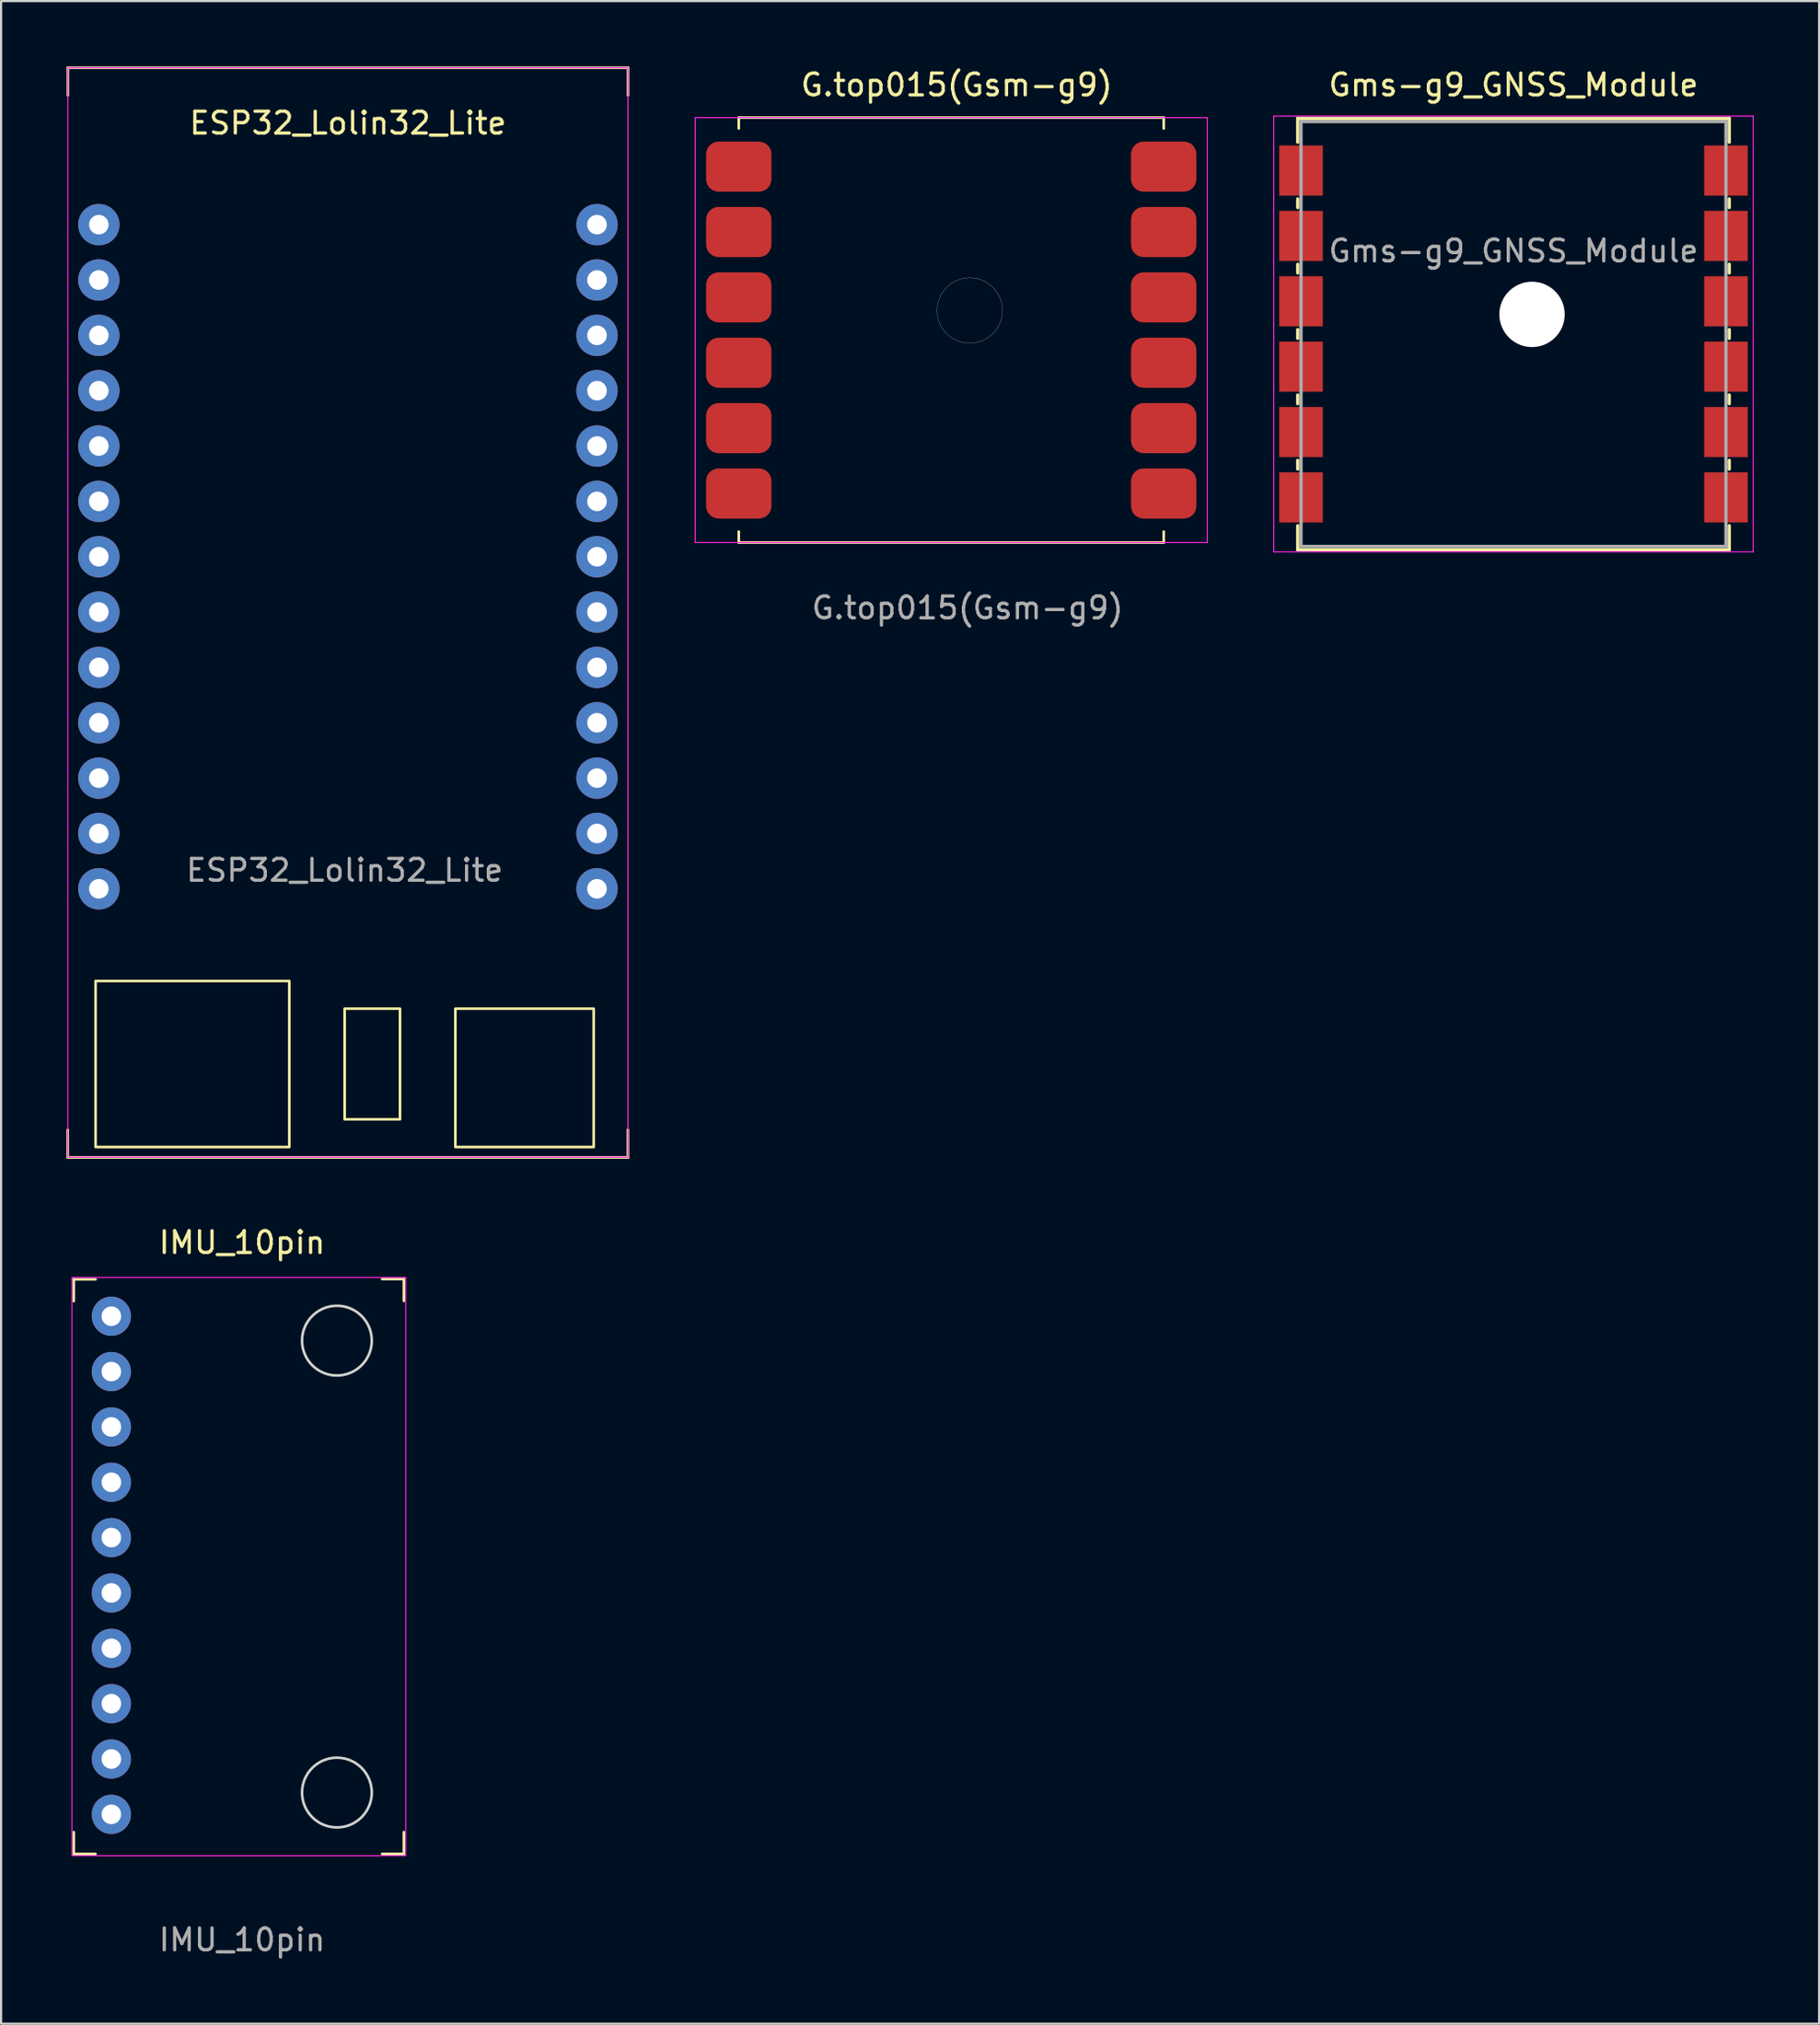
<source format=kicad_pcb>
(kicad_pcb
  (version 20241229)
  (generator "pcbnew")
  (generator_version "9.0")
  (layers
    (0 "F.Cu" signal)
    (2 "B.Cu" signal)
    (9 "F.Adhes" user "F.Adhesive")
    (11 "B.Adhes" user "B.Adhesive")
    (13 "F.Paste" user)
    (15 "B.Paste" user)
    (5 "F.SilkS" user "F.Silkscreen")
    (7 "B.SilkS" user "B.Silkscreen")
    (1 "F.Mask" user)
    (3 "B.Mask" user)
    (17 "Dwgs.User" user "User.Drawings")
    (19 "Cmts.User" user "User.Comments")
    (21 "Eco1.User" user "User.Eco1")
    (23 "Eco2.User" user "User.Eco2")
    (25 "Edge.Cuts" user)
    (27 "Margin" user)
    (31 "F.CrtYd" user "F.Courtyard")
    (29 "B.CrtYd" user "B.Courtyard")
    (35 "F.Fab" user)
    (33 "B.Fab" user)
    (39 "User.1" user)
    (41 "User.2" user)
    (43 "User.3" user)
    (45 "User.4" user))
  (footprint "G.top015(Gsm-g9)"
    (layer "F.Cu")
    (at 40.85 11.348)
    (property "Reference" "G.top015(Gsm-g9)" (at 0 -10.5 0) (unlocked yes) (layer "F.SilkS") (effects (font (size 1 1) (thickness 0.15))))
    (attr smd)
    (fp_line (start -10 -9) (end -10 -8.5) (stroke (width 0.12) (type solid)) (layer "F.SilkS"))
    (fp_line (start -10 -9) (end 9.5 -9) (stroke (width 0.12) (type solid)) (layer "F.SilkS"))
    (fp_line (start -10 10.5) (end -10 10) (stroke (width 0.12) (type solid)) (layer "F.SilkS"))
    (fp_line (start 9.5 -9) (end 9.5 -8.5) (stroke (width 0.12) (type solid)) (layer "F.SilkS"))
    (fp_line (start 9.5 10.5) (end -10 10.5) (stroke (width 0.12) (type solid)) (layer "F.SilkS"))
    (fp_line (start 9.5 10.5) (end 9.5 10) (stroke (width 0.12) (type solid)) (layer "F.SilkS"))
    (fp_circle (center 0.6 -0.15) (end 2.1 -0.15) (stroke (width 0.01) (type solid)) (fill no) (layer "Edge.Cuts"))
    (fp_rect (start -12 -9) (end 11.5 10.5) (stroke (width 0.05) (type solid)) (fill no) (layer "F.CrtYd"))
    (fp_text user "${REFERENCE}" (at 0.5 13.5 0) (unlocked yes) (layer "F.Fab") (effects (font (size 1 1) (thickness 0.15))))
    (pad "1" smd roundrect (at -10 -6.75) (size 3 2.3) (layers "F.Cu" "F.Mask" "F.Paste") (roundrect_rratio 0.25))
    (pad "2" smd roundrect (at -10 -3.75) (size 3 2.3) (layers "F.Cu" "F.Mask" "F.Paste") (roundrect_rratio 0.25))
    (pad "3" smd roundrect (at -10 -0.75) (size 3 2.3) (layers "F.Cu" "F.Mask" "F.Paste") (roundrect_rratio 0.25))
    (pad "4" smd roundrect (at -10 2.25) (size 3 2.3) (layers "F.Cu" "F.Mask" "F.Paste") (roundrect_rratio 0.25))
    (pad "5" smd roundrect (at -10 5.25) (size 3 2.3) (layers "F.Cu" "F.Mask" "F.Paste") (roundrect_rratio 0.25))
    (pad "6" smd roundrect (at -10 8.25) (size 3 2.3) (layers "F.Cu" "F.Mask" "F.Paste") (roundrect_rratio 0.25))
    (pad "7" smd roundrect (at 9.5 8.25) (size 3 2.3) (layers "F.Cu" "F.Mask" "F.Paste") (roundrect_rratio 0.25))
    (pad "8" smd roundrect (at 9.5 5.25) (size 3 2.3) (layers "F.Cu" "F.Mask" "F.Paste") (roundrect_rratio 0.25))
    (pad "9" smd roundrect (at 9.5 2.25) (size 3 2.3) (layers "F.Cu" "F.Mask" "F.Paste") (roundrect_rratio 0.25))
    (pad "10" smd roundrect (at 9.5 -0.75) (size 3 2.3) (layers "F.Cu" "F.Mask" "F.Paste") (roundrect_rratio 0.25))
    (pad "11" smd roundrect (at 9.5 -3.75) (size 3 2.3) (layers "F.Cu" "F.Mask" "F.Paste") (roundrect_rratio 0.25))
    (pad "12" smd roundrect (at 9.5 -6.75) (size 3 2.3) (layers "F.Cu" "F.Mask" "F.Paste") (roundrect_rratio 0.25)))
  (footprint "Gms-g9_GNSS_Module"
    (layer "F.Cu")
    (at 66.4 12.278)
    (property "Reference" "Gms-g9_GNSS_Module" (at 0 -11.43 0) (layer "F.SilkS") (effects (font (size 1 1) (thickness 0.15))))
    (attr smd)
    (fp_line (start -9.9 -9.9) (end -9.9 -8.8) (stroke (width 0.15) (type solid)) (layer "F.SilkS"))
    (fp_line (start -9.9 -5.8) (end -9.9 -6.2) (stroke (width 0.15) (type solid)) (layer "F.SilkS"))
    (fp_line (start -9.9 -2.8) (end -9.9 -3.2) (stroke (width 0.15) (type solid)) (layer "F.SilkS"))
    (fp_line (start -9.9 0.2) (end -9.9 -0.2) (stroke (width 0.15) (type solid)) (layer "F.SilkS"))
    (fp_line (start -9.9 2.8) (end -9.9 3.2) (stroke (width 0.15) (type solid)) (layer "F.SilkS"))
    (fp_line (start -9.9 5.8) (end -9.9 6.2) (stroke (width 0.15) (type solid)) (layer "F.SilkS"))
    (fp_line (start -9.9 8.8) (end -9.9 9.9) (stroke (width 0.15) (type solid)) (layer "F.SilkS"))
    (fp_line (start -9.9 9.9) (end 9.9 9.9) (stroke (width 0.15) (type solid)) (layer "F.SilkS"))
    (fp_line (start 9.9 -9.9) (end -9.9 -9.9) (stroke (width 0.15) (type solid)) (layer "F.SilkS"))
    (fp_line (start 9.9 -8.8) (end 9.9 -9.9) (stroke (width 0.15) (type solid)) (layer "F.SilkS"))
    (fp_line (start 9.9 -6.2) (end 9.9 -5.8) (stroke (width 0.15) (type solid)) (layer "F.SilkS"))
    (fp_line (start 9.9 -3.2) (end 9.9 -2.8) (stroke (width 0.15) (type solid)) (layer "F.SilkS"))
    (fp_line (start 9.9 -0.2) (end 9.9 0.2) (stroke (width 0.15) (type solid)) (layer "F.SilkS"))
    (fp_line (start 9.9 2.8) (end 9.9 3.2) (stroke (width 0.15) (type solid)) (layer "F.SilkS"))
    (fp_line (start 9.9 5.8) (end 9.9 6.2) (stroke (width 0.15) (type solid)) (layer "F.SilkS"))
    (fp_line (start 9.9 9.9) (end 9.9 8.8) (stroke (width 0.15) (type solid)) (layer "F.SilkS"))
    (fp_line (start -11 -10) (end -11 10) (stroke (width 0.05) (type solid)) (layer "F.CrtYd"))
    (fp_line (start -11 -10) (end 11 -10) (stroke (width 0.05) (type solid)) (layer "F.CrtYd"))
    (fp_line (start 11 10) (end -11 10) (stroke (width 0.05) (type solid)) (layer "F.CrtYd"))
    (fp_line (start 11 10) (end 11 -10) (stroke (width 0.05) (type solid)) (layer "F.CrtYd"))
    (fp_line (start -9.75 -9.75) (end -9.75 9.75) (stroke (width 0.15) (type solid)) (layer "F.Fab"))
    (fp_line (start -9.75 -9.75) (end 9.75 -9.75) (stroke (width 0.15) (type solid)) (layer "F.Fab"))
    (fp_line (start -9.75 9.75) (end 9.75 9.75) (stroke (width 0.15) (type solid)) (layer "F.Fab"))
    (fp_line (start 9.75 -9.75) (end 9.75 9.75) (stroke (width 0.15) (type solid)) (layer "F.Fab"))
    (fp_text user "${REFERENCE}" (at 0 -3.81 0) (layer "F.Fab") (effects (font (size 1 1) (thickness 0.15))))
    (pad "" np_thru_hole circle (at 0.85 -0.9) (size 3 3) (drill 3) (layers "*.Cu" "*.Mask"))
    (pad "1" smd rect (at -9.75 -7.5) (size 2 2.3) (layers "F.Cu" "F.Mask" "F.Paste"))
    (pad "2" smd rect (at -9.75 -4.5) (size 2 2.3) (layers "F.Cu" "F.Mask" "F.Paste"))
    (pad "3" smd rect (at -9.75 -1.5) (size 2 2.3) (layers "F.Cu" "F.Mask" "F.Paste"))
    (pad "4" smd rect (at -9.75 1.5) (size 2 2.3) (layers "F.Cu" "F.Mask" "F.Paste"))
    (pad "5" smd rect (at -9.75 4.5) (size 2 2.3) (layers "F.Cu" "F.Mask" "F.Paste"))
    (pad "6" smd rect (at -9.75 7.5) (size 2 2.3) (layers "F.Cu" "F.Mask" "F.Paste"))
    (pad "7" smd rect (at 9.75 7.5) (size 2 2.3) (layers "F.Cu" "F.Mask" "F.Paste"))
    (pad "8" smd rect (at 9.75 4.5) (size 2 2.3) (layers "F.Cu" "F.Mask" "F.Paste"))
    (pad "9" smd rect (at 9.75 1.5) (size 2 2.3) (layers "F.Cu" "F.Mask" "F.Paste"))
    (pad "10" smd rect (at 9.75 -1.5) (size 2 2.3) (layers "F.Cu" "F.Mask" "F.Paste"))
    (pad "11" smd rect (at 9.75 -4.5) (size 2 2.3) (layers "F.Cu" "F.Mask" "F.Paste"))
    (pad "12" smd rect (at 9.75 -7.5) (size 2 2.3) (layers "F.Cu" "F.Mask" "F.Paste")))
  (footprint "IMU_10pin"
    (layer "F.Cu")
    (at 0.25 55.576)
    (property "Reference" "IMU_10pin" (at 7.81 -1.6 0) (unlocked yes) (layer "F.SilkS") (effects (font (size 1 1) (thickness 0.15))))
    (attr through_hole)
    (fp_line (start 0.084 0.085) (end 1.084 0.085) (stroke (width 0.12) (type solid)) (layer "F.SilkS"))
    (fp_line (start 0.084 1.085) (end 0.084 0.085) (stroke (width 0.12) (type solid)) (layer "F.SilkS"))
    (fp_line (start 0.085 25.457) (end 0.085 26.457) (stroke (width 0.12) (type solid)) (layer "F.SilkS"))
    (fp_line (start 0.085 26.457) (end 1.085 26.457) (stroke (width 0.12) (type solid)) (layer "F.SilkS"))
    (fp_line (start 14.234 26.454) (end 15.234 26.454) (stroke (width 0.12) (type solid)) (layer "F.SilkS"))
    (fp_line (start 14.234 0.075) (end 15.234 0.075) (stroke (width 0.12) (type solid)) (layer "F.SilkS"))
    (fp_line (start 15.234 26.454) (end 15.234 25.454) (stroke (width 0.12) (type solid)) (layer "F.SilkS"))
    (fp_line (start 15.234 0.075) (end 15.234 1.075) (stroke (width 0.12) (type solid)) (layer "F.SilkS"))
    (fp_circle (center 12.16 2.9) (end 13.76 2.9) (stroke (width 0.12) (type solid)) (fill no) (layer "Edge.Cuts"))
    (fp_circle (center 12.16 23.64) (end 13.76 23.64) (stroke (width 0.12) (type solid)) (fill no) (layer "Edge.Cuts"))
    (fp_rect (start 0 0) (end 15.32 26.54) (stroke (width 0.05) (type solid)) (fill no) (layer "F.CrtYd"))
    (fp_text user "${REFERENCE}" (at 7.81 30.4 0) (unlocked yes) (layer "F.Fab") (effects (font (size 1 1) (thickness 0.15))))
    (pad "1" thru_hole circle (at 1.81 1.78) (size 1.8 1.8) (drill 0.9) (layers "*.Cu" "*.Mask"))
    (pad "2" thru_hole circle (at 1.81 4.32) (size 1.8 1.8) (drill 0.9) (layers "*.Cu" "*.Mask"))
    (pad "3" thru_hole circle (at 1.81 6.86) (size 1.8 1.8) (drill 0.9) (layers "*.Cu" "*.Mask"))
    (pad "4" thru_hole circle (at 1.81 9.4) (size 1.8 1.8) (drill 0.9) (layers "*.Cu" "*.Mask"))
    (pad "5" thru_hole circle (at 1.81 11.94) (size 1.8 1.8) (drill 0.9) (layers "*.Cu" "*.Mask"))
    (pad "6" thru_hole circle (at 1.81 14.48) (size 1.8 1.8) (drill 0.9) (layers "*.Cu" "*.Mask"))
    (pad "7" thru_hole circle (at 1.81 17.02) (size 1.8 1.8) (drill 0.9) (layers "*.Cu" "*.Mask"))
    (pad "8" thru_hole circle (at 1.81 19.56) (size 1.8 1.8) (drill 0.9) (layers "*.Cu" "*.Mask"))
    (pad "9" thru_hole circle (at 1.81 22.1) (size 1.8 1.8) (drill 0.9) (layers "*.Cu" "*.Mask"))
    (pad "10" thru_hole circle (at 1.81 24.64) (size 1.8 1.8) (drill 0.9) (layers "*.Cu" "*.Mask")))
  (footprint "ESP32_Lolin32_Lite"
    (layer "F.Cu")
    (at 13.065 22.12)
    (property "Reference" "ESP32_Lolin32_Lite" (at -0.15 -19.52 0) (unlocked yes) (layer "F.SilkS") (effects (font (size 1 1) (thickness 0.15))))
    (attr through_hole)
    (fp_line (start -13.005 26.678) (end -13.005 27.948) (stroke (width 0.12) (type solid)) (layer "F.SilkS"))
    (fp_line (start -13.005 27.948) (end 12.695 27.948) (stroke (width 0.12) (type solid)) (layer "F.SilkS"))
    (fp_line (start -13 -22.06) (end 12.7 -22.06) (stroke (width 0.12) (type solid)) (layer "F.SilkS"))
    (fp_line (start -13 -20.79) (end -13 -22.06) (stroke (width 0.12) (type solid)) (layer "F.SilkS"))
    (fp_line (start 12.695 27.948) (end 12.695 26.678) (stroke (width 0.12) (type solid)) (layer "F.SilkS"))
    (fp_line (start 12.7 -22.06) (end 12.7 -20.79) (stroke (width 0.12) (type solid)) (layer "F.SilkS"))
    (fp_rect (start -11.73 19.85) (end -2.84 27.47) (stroke (width 0.12) (type solid)) (fill no) (layer "F.SilkS"))
    (fp_rect (start -0.3 21.12) (end 2.24 26.2) (stroke (width 0.12) (type solid)) (fill no) (layer "F.SilkS"))
    (fp_rect (start 4.78 21.12) (end 11.13 27.47) (stroke (width 0.12) (type solid)) (fill no) (layer "F.SilkS"))
    (fp_rect (start -13 -22.06) (end 12.7 27.94) (stroke (width 0.05) (type solid)) (fill no) (layer "F.CrtYd"))
    (fp_text user "${REFERENCE}" (at -0.3 14.77 0) (unlocked yes) (layer "F.Fab") (effects (font (size 1 1) (thickness 0.15))))
    (pad "1" thru_hole circle (at -11.58 -14.86) (size 1.9 1.9) (drill 0.9) (layers "*.Cu" "*.Mask"))
    (pad "2" thru_hole circle (at -11.58 -12.32) (size 1.9 1.9) (drill 0.9) (layers "*.Cu" "*.Mask"))
    (pad "3" thru_hole circle (at -11.58 -9.78) (size 1.9 1.9) (drill 0.9) (layers "*.Cu" "*.Mask"))
    (pad "4" thru_hole circle (at -11.58 -7.24) (size 1.9 1.9) (drill 0.9) (layers "*.Cu" "*.Mask"))
    (pad "5" thru_hole circle (at -11.58 -4.7) (size 1.9 1.9) (drill 0.9) (layers "*.Cu" "*.Mask"))
    (pad "6" thru_hole circle (at -11.58 -2.16) (size 1.9 1.9) (drill 0.9) (layers "*.Cu" "*.Mask"))
    (pad "7" thru_hole circle (at -11.58 0.38) (size 1.9 1.9) (drill 0.9) (layers "*.Cu" "*.Mask"))
    (pad "8" thru_hole circle (at -11.58 2.92) (size 1.9 1.9) (drill 0.9) (layers "*.Cu" "*.Mask"))
    (pad "9" thru_hole circle (at -11.58 5.46) (size 1.9 1.9) (drill 0.9) (layers "*.Cu" "*.Mask"))
    (pad "10" thru_hole circle (at -11.58 8) (size 1.9 1.9) (drill 0.9) (layers "*.Cu" "*.Mask"))
    (pad "11" thru_hole circle (at -11.58 10.54) (size 1.9 1.9) (drill 0.9) (layers "*.Cu" "*.Mask"))
    (pad "12" thru_hole circle (at -11.58 13.08) (size 1.9 1.9) (drill 0.9) (layers "*.Cu" "*.Mask"))
    (pad "13" thru_hole circle (at -11.58 15.62) (size 1.9 1.9) (drill 0.9) (layers "*.Cu" "*.Mask"))
    (pad "14" thru_hole circle (at 11.28 15.62) (size 1.9 1.9) (drill 0.9) (layers "*.Cu" "*.Mask"))
    (pad "15" thru_hole circle (at 11.28 13.08) (size 1.9 1.9) (drill 0.9) (layers "*.Cu" "*.Mask"))
    (pad "16" thru_hole circle (at 11.28 10.54) (size 1.9 1.9) (drill 0.9) (layers "*.Cu" "*.Mask"))
    (pad "17" thru_hole circle (at 11.28 8) (size 1.9 1.9) (drill 0.9) (layers "*.Cu" "*.Mask"))
    (pad "18" thru_hole circle (at 11.28 5.46) (size 1.9 1.9) (drill 0.9) (layers "*.Cu" "*.Mask"))
    (pad "19" thru_hole circle (at 11.28 2.92) (size 1.9 1.9) (drill 0.9) (layers "*.Cu" "*.Mask"))
    (pad "20" thru_hole circle (at 11.28 0.38) (size 1.9 1.9) (drill 0.9) (layers "*.Cu" "*.Mask"))
    (pad "21" thru_hole circle (at 11.28 -2.16) (size 1.9 1.9) (drill 0.9) (layers "*.Cu" "*.Mask"))
    (pad "22" thru_hole circle (at 11.28 -4.7) (size 1.9 1.9) (drill 0.9) (layers "*.Cu" "*.Mask"))
    (pad "23" thru_hole circle (at 11.28 -7.24) (size 1.9 1.9) (drill 0.9) (layers "*.Cu" "*.Mask"))
    (pad "24" thru_hole circle (at 11.28 -9.78) (size 1.9 1.9) (drill 0.9) (layers "*.Cu" "*.Mask"))
    (pad "25" thru_hole circle (at 11.28 -12.32) (size 1.9 1.9) (drill 0.9) (layers "*.Cu" "*.Mask"))
    (pad "26" thru_hole circle (at 11.28 -14.86) (size 1.9 1.9) (drill 0.9) (layers "*.Cu" "*.Mask")))
  (gr_rect
    (start -3 -3)
    (end 80.425 89.824)
    (stroke (width 0.1) (type default))
    (fill no)
    (layer "Edge.Cuts")))
</source>
